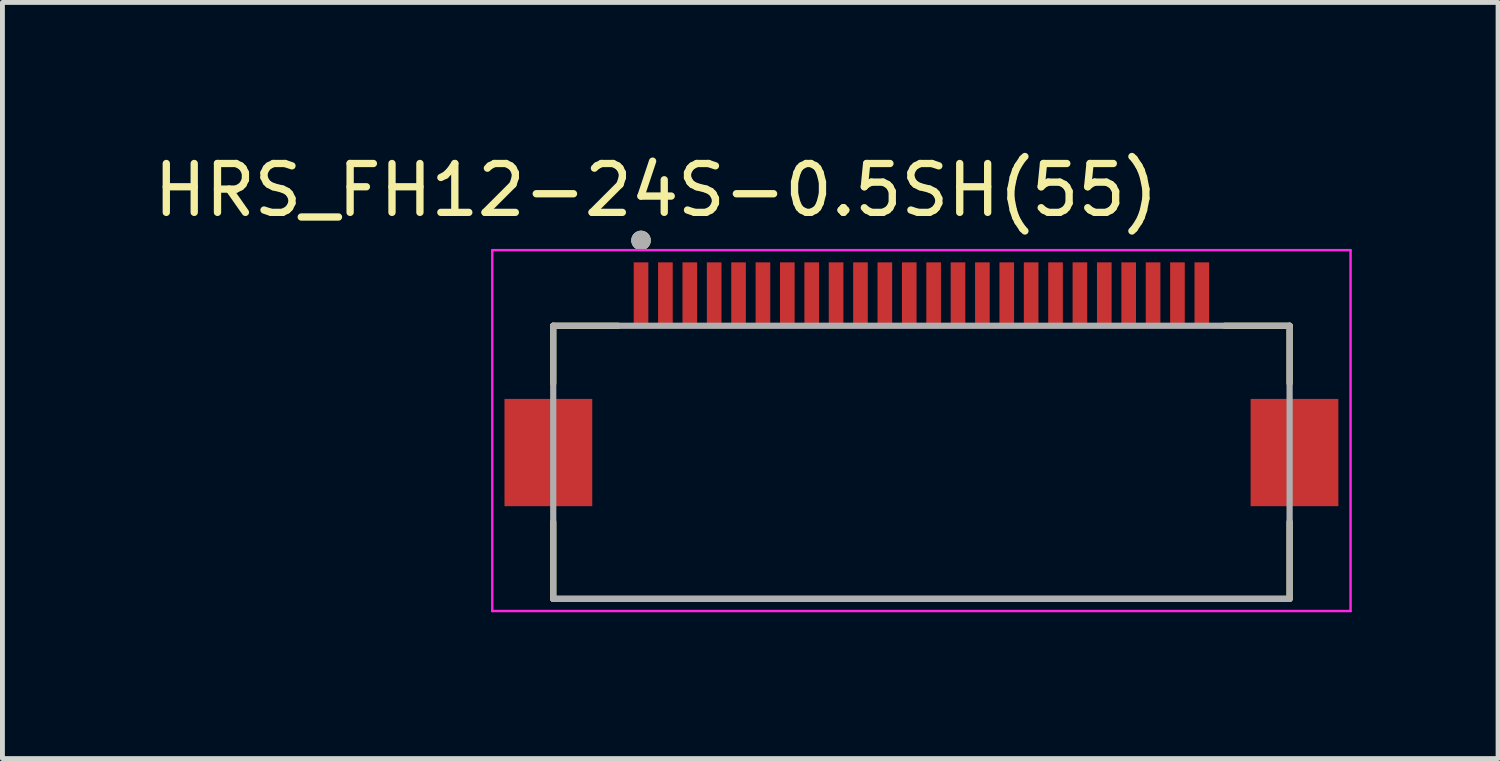
<source format=kicad_pcb>
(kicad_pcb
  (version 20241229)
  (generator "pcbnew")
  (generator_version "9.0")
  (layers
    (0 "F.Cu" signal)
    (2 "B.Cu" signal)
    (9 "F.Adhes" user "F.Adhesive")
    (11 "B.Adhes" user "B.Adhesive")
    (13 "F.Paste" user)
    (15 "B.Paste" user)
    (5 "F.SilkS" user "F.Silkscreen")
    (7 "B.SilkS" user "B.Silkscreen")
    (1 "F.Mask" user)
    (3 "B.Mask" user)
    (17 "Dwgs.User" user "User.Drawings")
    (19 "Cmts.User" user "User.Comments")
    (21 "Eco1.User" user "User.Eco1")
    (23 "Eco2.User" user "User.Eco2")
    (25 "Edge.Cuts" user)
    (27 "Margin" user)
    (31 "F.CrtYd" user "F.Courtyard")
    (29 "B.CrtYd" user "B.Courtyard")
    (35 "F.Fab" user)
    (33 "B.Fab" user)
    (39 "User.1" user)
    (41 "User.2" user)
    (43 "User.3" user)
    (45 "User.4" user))
  (footprint "HRS_FH12-24S-0.5SH(55)"
    (layer "F.Cu")
    (at 15.845 5.78)
    (property "Reference" "HRS_FH12-24S-0.5SH(55)" (at -5.441 -4.931 0) (layer "F.SilkS") (effects (font (size 1.002 1.002) (thickness 0.15))))
    (attr through_hole)
    (fp_line (start -7.55 -2.15) (end -6.22 -2.15) (stroke (width 0.127) (type solid)) (layer "F.SilkS"))
    (fp_line (start -7.55 -0.97) (end -7.55 -2.15) (stroke (width 0.127) (type solid)) (layer "F.SilkS"))
    (fp_line (start -7.55 3.45) (end -7.55 1.87) (stroke (width 0.127) (type solid)) (layer "F.SilkS"))
    (fp_line (start 6.22 -2.15) (end 7.55 -2.15) (stroke (width 0.127) (type solid)) (layer "F.SilkS"))
    (fp_line (start 7.55 -0.97) (end 7.55 -2.15) (stroke (width 0.127) (type solid)) (layer "F.SilkS"))
    (fp_line (start 7.55 3.45) (end -7.55 3.45) (stroke (width 0.127) (type solid)) (layer "F.SilkS"))
    (fp_line (start 7.55 3.45) (end 7.55 1.87) (stroke (width 0.127) (type solid)) (layer "F.SilkS"))
    (fp_circle (center -5.75 -3.9) (end -5.65 -3.9) (stroke (width 0.2) (type solid)) (fill no) (layer "F.SilkS"))
    (fp_poly (pts (xy -5.875 -3.45) (xy -5.625 -3.45) (xy -5.625 -2.15) (xy -5.875 -2.15)) (stroke (width 0.01) (type solid)) (fill yes) (layer "F.Paste"))
    (fp_poly (pts (xy -5.375 -3.45) (xy -5.125 -3.45) (xy -5.125 -2.15) (xy -5.375 -2.15)) (stroke (width 0.01) (type solid)) (fill yes) (layer "F.Paste"))
    (fp_poly (pts (xy -4.875 -3.45) (xy -4.625 -3.45) (xy -4.625 -2.15) (xy -4.875 -2.15)) (stroke (width 0.01) (type solid)) (fill yes) (layer "F.Paste"))
    (fp_poly (pts (xy -4.375 -3.45) (xy -4.125 -3.45) (xy -4.125 -2.15) (xy -4.375 -2.15)) (stroke (width 0.01) (type solid)) (fill yes) (layer "F.Paste"))
    (fp_poly (pts (xy -3.875 -3.45) (xy -3.625 -3.45) (xy -3.625 -2.15) (xy -3.875 -2.15)) (stroke (width 0.01) (type solid)) (fill yes) (layer "F.Paste"))
    (fp_poly (pts (xy -3.375 -3.45) (xy -3.125 -3.45) (xy -3.125 -2.15) (xy -3.375 -2.15)) (stroke (width 0.01) (type solid)) (fill yes) (layer "F.Paste"))
    (fp_poly (pts (xy -2.875 -3.45) (xy -2.625 -3.45) (xy -2.625 -2.15) (xy -2.875 -2.15)) (stroke (width 0.01) (type solid)) (fill yes) (layer "F.Paste"))
    (fp_poly (pts (xy -2.375 -3.45) (xy -2.125 -3.45) (xy -2.125 -2.15) (xy -2.375 -2.15)) (stroke (width 0.01) (type solid)) (fill yes) (layer "F.Paste"))
    (fp_poly (pts (xy -1.875 -3.45) (xy -1.625 -3.45) (xy -1.625 -2.15) (xy -1.875 -2.15)) (stroke (width 0.01) (type solid)) (fill yes) (layer "F.Paste"))
    (fp_poly (pts (xy -1.375 -3.45) (xy -1.125 -3.45) (xy -1.125 -2.15) (xy -1.375 -2.15)) (stroke (width 0.01) (type solid)) (fill yes) (layer "F.Paste"))
    (fp_poly (pts (xy -0.875 -3.45) (xy -0.625 -3.45) (xy -0.625 -2.15) (xy -0.875 -2.15)) (stroke (width 0.01) (type solid)) (fill yes) (layer "F.Paste"))
    (fp_poly (pts (xy -0.375 -3.45) (xy -0.125 -3.45) (xy -0.125 -2.15) (xy -0.375 -2.15)) (stroke (width 0.01) (type solid)) (fill yes) (layer "F.Paste"))
    (fp_poly (pts (xy 0.125 -3.45) (xy 0.375 -3.45) (xy 0.375 -2.15) (xy 0.125 -2.15)) (stroke (width 0.01) (type solid)) (fill yes) (layer "F.Paste"))
    (fp_poly (pts (xy 0.625 -3.45) (xy 0.875 -3.45) (xy 0.875 -2.15) (xy 0.625 -2.15)) (stroke (width 0.01) (type solid)) (fill yes) (layer "F.Paste"))
    (fp_poly (pts (xy 1.125 -3.45) (xy 1.375 -3.45) (xy 1.375 -2.15) (xy 1.125 -2.15)) (stroke (width 0.01) (type solid)) (fill yes) (layer "F.Paste"))
    (fp_poly (pts (xy 1.625 -3.45) (xy 1.875 -3.45) (xy 1.875 -2.15) (xy 1.625 -2.15)) (stroke (width 0.01) (type solid)) (fill yes) (layer "F.Paste"))
    (fp_poly (pts (xy 2.125 -3.45) (xy 2.375 -3.45) (xy 2.375 -2.15) (xy 2.125 -2.15)) (stroke (width 0.01) (type solid)) (fill yes) (layer "F.Paste"))
    (fp_poly (pts (xy 2.625 -3.45) (xy 2.875 -3.45) (xy 2.875 -2.15) (xy 2.625 -2.15)) (stroke (width 0.01) (type solid)) (fill yes) (layer "F.Paste"))
    (fp_poly (pts (xy 3.125 -3.45) (xy 3.375 -3.45) (xy 3.375 -2.15) (xy 3.125 -2.15)) (stroke (width 0.01) (type solid)) (fill yes) (layer "F.Paste"))
    (fp_poly (pts (xy 3.625 -3.45) (xy 3.875 -3.45) (xy 3.875 -2.15) (xy 3.625 -2.15)) (stroke (width 0.01) (type solid)) (fill yes) (layer "F.Paste"))
    (fp_poly (pts (xy 4.125 -3.45) (xy 4.375 -3.45) (xy 4.375 -2.15) (xy 4.125 -2.15)) (stroke (width 0.01) (type solid)) (fill yes) (layer "F.Paste"))
    (fp_poly (pts (xy 4.625 -3.45) (xy 4.875 -3.45) (xy 4.875 -2.15) (xy 4.625 -2.15)) (stroke (width 0.01) (type solid)) (fill yes) (layer "F.Paste"))
    (fp_poly (pts (xy 5.125 -3.45) (xy 5.375 -3.45) (xy 5.375 -2.15) (xy 5.125 -2.15)) (stroke (width 0.01) (type solid)) (fill yes) (layer "F.Paste"))
    (fp_poly (pts (xy 5.625 -3.45) (xy 5.875 -3.45) (xy 5.875 -2.15) (xy 5.625 -2.15)) (stroke (width 0.01) (type solid)) (fill yes) (layer "F.Paste"))
    (fp_line (start -8.8 -3.7) (end 8.8 -3.7) (stroke (width 0.05) (type solid)) (layer "F.CrtYd"))
    (fp_line (start -8.8 3.7) (end -8.8 -3.7) (stroke (width 0.05) (type solid)) (layer "F.CrtYd"))
    (fp_line (start 8.8 -3.7) (end 8.8 3.7) (stroke (width 0.05) (type solid)) (layer "F.CrtYd"))
    (fp_line (start 8.8 3.7) (end -8.8 3.7) (stroke (width 0.05) (type solid)) (layer "F.CrtYd"))
    (fp_line (start -7.55 -2.15) (end 7.55 -2.15) (stroke (width 0.127) (type solid)) (layer "F.Fab"))
    (fp_line (start -7.55 3.45) (end -7.55 -2.15) (stroke (width 0.127) (type solid)) (layer "F.Fab"))
    (fp_line (start 7.55 -2.15) (end 7.55 3.45) (stroke (width 0.127) (type solid)) (layer "F.Fab"))
    (fp_line (start 7.55 3.45) (end -7.55 3.45) (stroke (width 0.127) (type solid)) (layer "F.Fab"))
    (fp_circle (center -5.75 -3.9) (end -5.65 -3.9) (stroke (width 0.2) (type solid)) (fill no) (layer "F.Fab"))
    (pad "1" smd rect (at -5.75 -2.8) (size 0.3 1.3) (layers "F.Cu" "F.Mask"))
    (pad "2" smd rect (at -5.25 -2.8) (size 0.3 1.3) (layers "F.Cu" "F.Mask"))
    (pad "3" smd rect (at -4.75 -2.8) (size 0.3 1.3) (layers "F.Cu" "F.Mask"))
    (pad "4" smd rect (at -4.25 -2.8) (size 0.3 1.3) (layers "F.Cu" "F.Mask"))
    (pad "5" smd rect (at -3.75 -2.8) (size 0.3 1.3) (layers "F.Cu" "F.Mask"))
    (pad "6" smd rect (at -3.25 -2.8) (size 0.3 1.3) (layers "F.Cu" "F.Mask"))
    (pad "7" smd rect (at -2.75 -2.8) (size 0.3 1.3) (layers "F.Cu" "F.Mask"))
    (pad "8" smd rect (at -2.25 -2.8) (size 0.3 1.3) (layers "F.Cu" "F.Mask"))
    (pad "9" smd rect (at -1.75 -2.8) (size 0.3 1.3) (layers "F.Cu" "F.Mask"))
    (pad "10" smd rect (at -1.25 -2.8) (size 0.3 1.3) (layers "F.Cu" "F.Mask"))
    (pad "11" smd rect (at -0.75 -2.8) (size 0.3 1.3) (layers "F.Cu" "F.Mask"))
    (pad "12" smd rect (at -0.25 -2.8) (size 0.3 1.3) (layers "F.Cu" "F.Mask"))
    (pad "13" smd rect (at 0.25 -2.8) (size 0.3 1.3) (layers "F.Cu" "F.Mask"))
    (pad "14" smd rect (at 0.75 -2.8) (size 0.3 1.3) (layers "F.Cu" "F.Mask"))
    (pad "15" smd rect (at 1.25 -2.8) (size 0.3 1.3) (layers "F.Cu" "F.Mask"))
    (pad "16" smd rect (at 1.75 -2.8) (size 0.3 1.3) (layers "F.Cu" "F.Mask"))
    (pad "17" smd rect (at 2.25 -2.8) (size 0.3 1.3) (layers "F.Cu" "F.Mask"))
    (pad "18" smd rect (at 2.75 -2.8) (size 0.3 1.3) (layers "F.Cu" "F.Mask"))
    (pad "19" smd rect (at 3.25 -2.8) (size 0.3 1.3) (layers "F.Cu" "F.Mask"))
    (pad "20" smd rect (at 3.75 -2.8) (size 0.3 1.3) (layers "F.Cu" "F.Mask"))
    (pad "21" smd rect (at 4.25 -2.8) (size 0.3 1.3) (layers "F.Cu" "F.Mask"))
    (pad "22" smd rect (at 4.75 -2.8) (size 0.3 1.3) (layers "F.Cu" "F.Mask"))
    (pad "23" smd rect (at 5.25 -2.8) (size 0.3 1.3) (layers "F.Cu" "F.Mask"))
    (pad "24" smd rect (at 5.75 -2.8) (size 0.3 1.3) (layers "F.Cu" "F.Mask"))
    (pad "P1" smd rect (at 7.65 0.45) (size 1.8 2.2) (layers "F.Cu" "F.Mask" "F.Paste"))
    (pad "P2" smd rect (at -7.65 0.45) (size 1.8 2.2) (layers "F.Cu" "F.Mask" "F.Paste")))
  (gr_rect
    (start -3 -3)
    (end 27.67 12.505)
    (stroke (width 0.1) (type default))
    (fill no)
    (layer "Edge.Cuts")))
</source>
